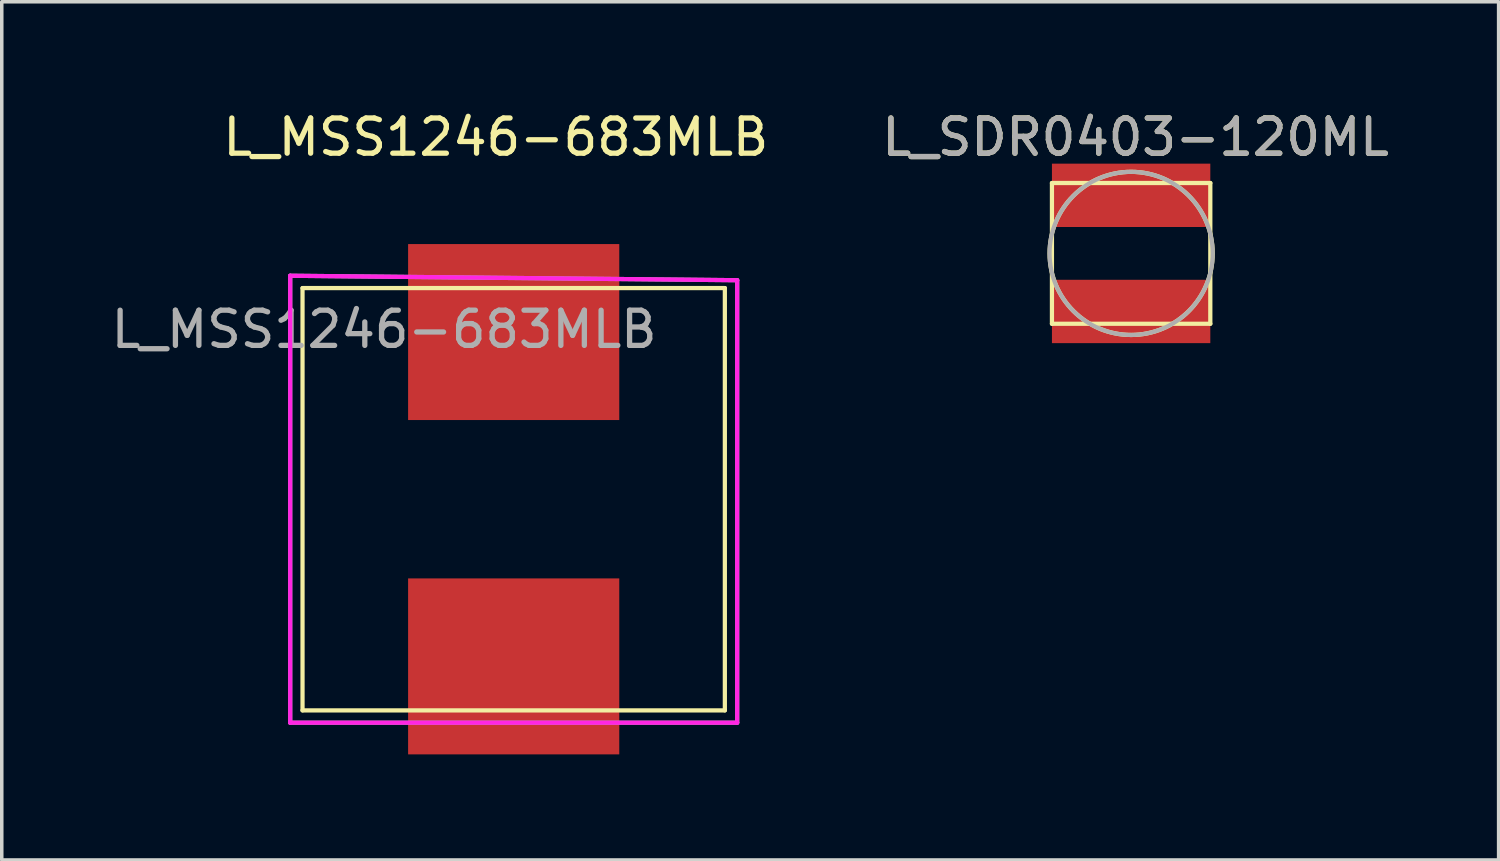
<source format=kicad_pcb>
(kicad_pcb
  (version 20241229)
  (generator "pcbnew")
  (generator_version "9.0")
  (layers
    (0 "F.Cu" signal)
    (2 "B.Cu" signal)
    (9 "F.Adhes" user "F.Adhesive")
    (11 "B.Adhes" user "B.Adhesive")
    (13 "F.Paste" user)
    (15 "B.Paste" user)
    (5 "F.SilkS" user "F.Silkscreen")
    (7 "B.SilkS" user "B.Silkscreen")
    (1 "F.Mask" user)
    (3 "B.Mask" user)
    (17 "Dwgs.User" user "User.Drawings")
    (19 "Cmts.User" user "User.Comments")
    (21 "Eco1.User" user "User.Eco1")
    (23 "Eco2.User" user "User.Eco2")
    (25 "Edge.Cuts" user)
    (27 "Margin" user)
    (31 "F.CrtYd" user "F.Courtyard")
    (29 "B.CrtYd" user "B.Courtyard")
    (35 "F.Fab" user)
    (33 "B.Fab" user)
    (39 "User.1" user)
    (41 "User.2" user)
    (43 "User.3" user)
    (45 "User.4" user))
  (footprint "L_MSS1246-683MLB"
    (layer "F.Cu")
    (at 11.546 11.135)
    (property "Reference" "L_MSS1246-683MLB" (at -0.508 -10.287 0) (layer "F.SilkS") (effects (font (size 1 1) (thickness 0.15))))
    (attr smd)
    (fp_line (start -6 -6) (end 6 -6) (stroke (width 0.12) (type solid)) (layer "F.SilkS"))
    (fp_line (start -6 6) (end -6 -6) (stroke (width 0.12) (type solid)) (layer "F.SilkS"))
    (fp_line (start 6 -6) (end 6 6) (stroke (width 0.12) (type solid)) (layer "F.SilkS"))
    (fp_line (start 6 6) (end -6 6) (stroke (width 0.12) (type solid)) (layer "F.SilkS"))
    (fp_line (start -6.35 -6.35) (end 6.35 -6.223) (stroke (width 0.12) (type solid)) (layer "F.CrtYd"))
    (fp_line (start -6.35 6.35) (end -6.35 -6.35) (stroke (width 0.12) (type solid)) (layer "F.CrtYd"))
    (fp_line (start 6.35 -6.223) (end 6.35 6.35) (stroke (width 0.12) (type solid)) (layer "F.CrtYd"))
    (fp_line (start 6.35 6.35) (end -6.35 6.35) (stroke (width 0.12) (type solid)) (layer "F.CrtYd"))
    (fp_line (start -6.35 -6.35) (end 6.35 -6.223) (stroke (width 0.12) (type solid)) (layer "F.Fab"))
    (fp_line (start -6.35 6.35) (end -6.35 -6.35) (stroke (width 0.12) (type solid)) (layer "F.Fab"))
    (fp_line (start 6.35 -6.223) (end 6.35 6.35) (stroke (width 0.12) (type solid)) (layer "F.Fab"))
    (fp_line (start 6.35 6.35) (end -6.35 6.35) (stroke (width 0.12) (type solid)) (layer "F.Fab"))
    (fp_text user "${REFERENCE}" (at -3.683 -4.826 0) (layer "F.Fab") (effects (font (size 1 1) (thickness 0.15))))
    (pad "1" smd rect (at 0 -4.75) (size 6 5) (layers "F.Cu" "F.Mask" "F.Paste"))
    (pad "2" smd rect (at 0 4.75) (size 6 5) (layers "F.Cu" "F.Mask" "F.Paste")))
  (footprint "L_SDR0403-120ML"
    (layer "F.Cu")
    (at 29.09 4.15)
    (property "Reference" "L_SDR0403-120ML" (at 0.127 -3.302 0) (layer "F.SilkS") (effects (font (size 1 1) (thickness 0.15))))
    (attr through_hole)
    (fp_line (start -2.25 -2) (end -2.25 2) (stroke (width 0.12) (type solid)) (layer "F.SilkS"))
    (fp_line (start -2.25 -2) (end 2.25 -2) (stroke (width 0.12) (type solid)) (layer "F.SilkS"))
    (fp_line (start -2.25 2) (end 2.25 2) (stroke (width 0.12) (type solid)) (layer "F.SilkS"))
    (fp_line (start 2.25 2) (end 2.25 -2) (stroke (width 0.12) (type solid)) (layer "F.SilkS"))
    (fp_circle (center 0 0) (end 2.286 -0.381) (stroke (width 0.12) (type solid)) (fill no) (layer "F.SilkS"))
    (fp_circle (center 0 0) (end 2.286 -0.381) (stroke (width 0.12) (type solid)) (fill no) (layer "F.Fab"))
    (fp_text user "${REFERENCE}" (at 0.127 -3.302 180) (layer "F.Fab") (effects (font (size 1 1) (thickness 0.15))))
    (pad "1" smd rect (at 0 -1.65) (size 4.5 1.8) (layers "F.Cu" "F.Mask" "F.Paste"))
    (pad "2" smd rect (at 0 1.65) (size 4.5 1.8) (layers "F.Cu" "F.Mask" "F.Paste")))
  (gr_rect
    (start -3 -3)
    (end 39.532 21.385)
    (stroke (width 0.1) (type default))
    (fill no)
    (layer "Edge.Cuts")))
</source>
